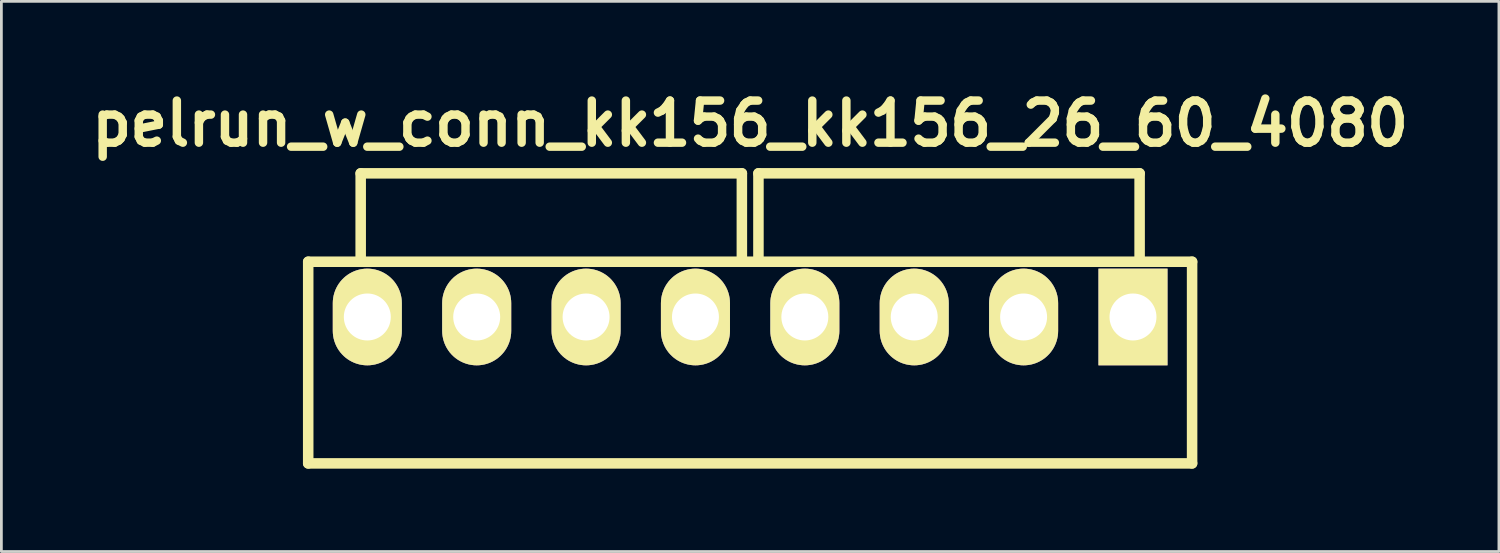
<source format=kicad_pcb>
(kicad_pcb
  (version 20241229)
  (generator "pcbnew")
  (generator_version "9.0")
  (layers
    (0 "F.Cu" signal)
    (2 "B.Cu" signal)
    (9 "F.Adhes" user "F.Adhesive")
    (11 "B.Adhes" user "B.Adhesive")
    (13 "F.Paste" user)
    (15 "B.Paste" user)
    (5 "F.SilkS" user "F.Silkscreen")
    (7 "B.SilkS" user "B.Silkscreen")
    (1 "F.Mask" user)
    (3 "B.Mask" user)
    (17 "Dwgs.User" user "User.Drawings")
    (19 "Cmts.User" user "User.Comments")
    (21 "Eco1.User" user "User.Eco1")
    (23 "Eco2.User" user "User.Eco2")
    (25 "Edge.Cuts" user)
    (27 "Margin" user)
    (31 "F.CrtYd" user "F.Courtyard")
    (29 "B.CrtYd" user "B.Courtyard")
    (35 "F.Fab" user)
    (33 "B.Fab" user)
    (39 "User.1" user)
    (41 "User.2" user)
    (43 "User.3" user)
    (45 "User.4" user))
  (footprint "pelrun_w_conn_kk156_kk156_26_60_4080"
    (layer "F.Cu")
    (at 24.108 8.426)
    (property "Reference" "pelrun_w_conn_kk156_kk156_26_60_4080" (at 0 -7 0) (layer "F.SilkS") (effects (font (size 1.524 1.524) (thickness 0.305))))
    (attr through_hole)
    (fp_line (start -16 -2) (end 16 -2) (stroke (width 0.381) (type solid)) (layer "F.SilkS"))
    (fp_line (start -16 5.3) (end -16 -2) (stroke (width 0.381) (type solid)) (layer "F.SilkS"))
    (fp_line (start -16 5.3) (end 16 5.3) (stroke (width 0.381) (type solid)) (layer "F.SilkS"))
    (fp_line (start -14.1 -2) (end -14.1 -5.2) (stroke (width 0.381) (type solid)) (layer "F.SilkS"))
    (fp_line (start -0.3 -5.2) (end -14.1 -5.2) (stroke (width 0.381) (type solid)) (layer "F.SilkS"))
    (fp_line (start -0.3 -2) (end -0.3 -5.2) (stroke (width 0.381) (type solid)) (layer "F.SilkS"))
    (fp_line (start 0.3 -5.2) (end 14.1 -5.2) (stroke (width 0.381) (type solid)) (layer "F.SilkS"))
    (fp_line (start 0.3 -2) (end 0.3 -5.2) (stroke (width 0.381) (type solid)) (layer "F.SilkS"))
    (fp_line (start 14.1 -5.2) (end 14.1 -2) (stroke (width 0.381) (type solid)) (layer "F.SilkS"))
    (fp_line (start 16 -2) (end 16 5.3) (stroke (width 0.381) (type solid)) (layer "F.SilkS"))
    (pad "1" thru_hole rect (at 13.86 0) (size 2.5 3.5) (drill 1.7) (layers "*.Cu" "*.Mask" "F.SilkS"))
    (pad "2" thru_hole oval (at 9.9 0) (size 2.5 3.5) (drill 1.7) (layers "*.Cu" "*.Mask" "F.SilkS"))
    (pad "3" thru_hole oval (at 5.94 0) (size 2.5 3.5) (drill 1.7) (layers "*.Cu" "*.Mask" "F.SilkS"))
    (pad "4" thru_hole oval (at 1.98 0) (size 2.5 3.5) (drill 1.7) (layers "*.Cu" "*.Mask" "F.SilkS"))
    (pad "5" thru_hole oval (at -1.98 0) (size 2.5 3.5) (drill 1.7) (layers "*.Cu" "*.Mask" "F.SilkS"))
    (pad "6" thru_hole oval (at -5.94 0) (size 2.5 3.5) (drill 1.7) (layers "*.Cu" "*.Mask" "F.SilkS"))
    (pad "7" thru_hole oval (at -9.9 0) (size 2.5 3.5) (drill 1.7) (layers "*.Cu" "*.Mask" "F.SilkS"))
    (pad "8" thru_hole oval (at -13.86 0) (size 2.5 3.5) (drill 1.7) (layers "*.Cu" "*.Mask" "F.SilkS")))
  (gr_rect
    (start -3 -3)
    (end 51.216 16.917)
    (stroke (width 0.1) (type default))
    (fill no)
    (layer "Edge.Cuts")))
</source>
